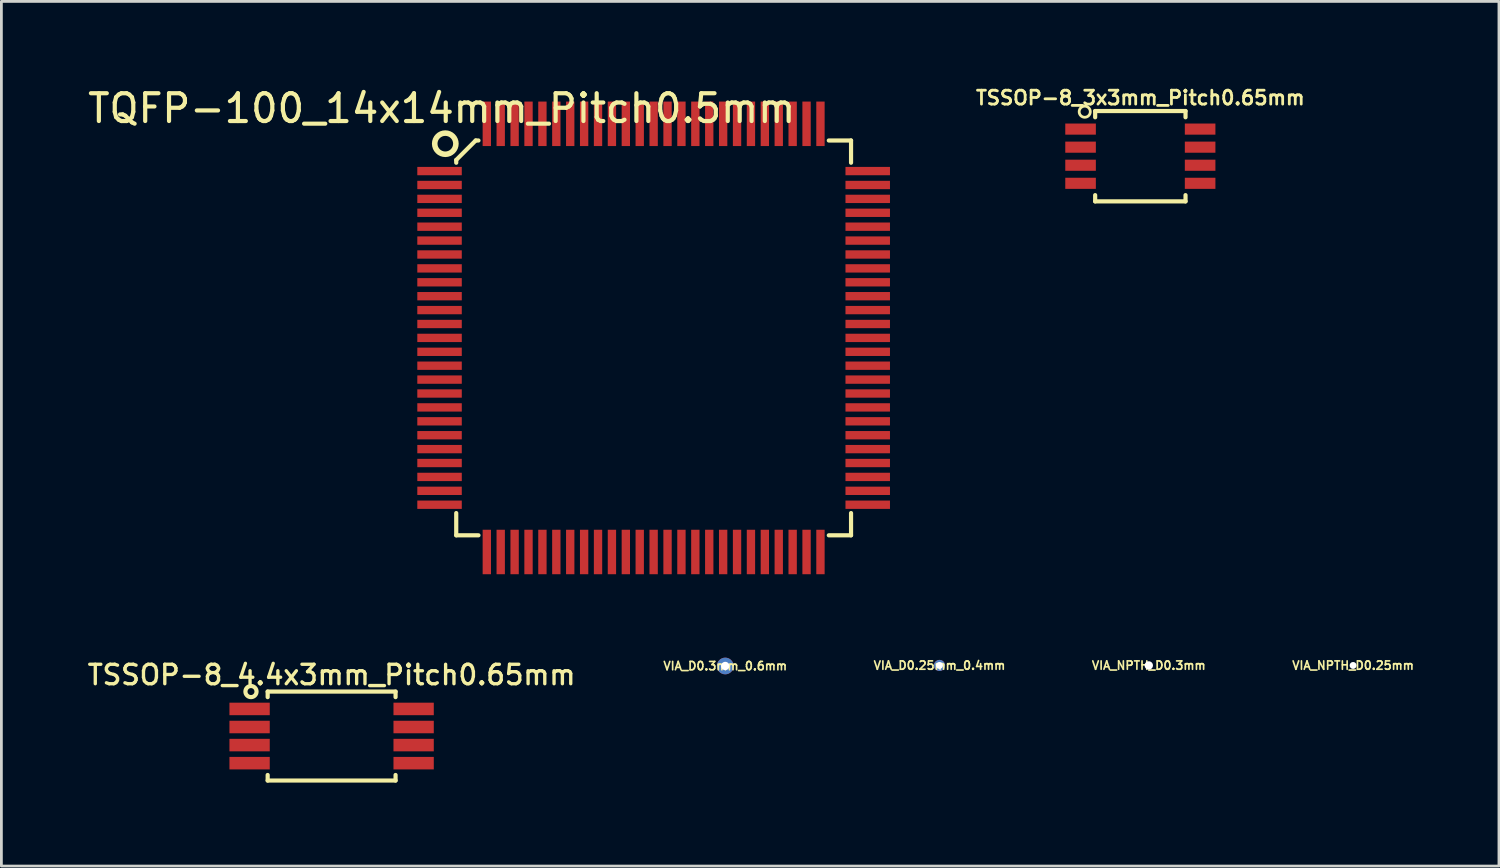
<source format=kicad_pcb>
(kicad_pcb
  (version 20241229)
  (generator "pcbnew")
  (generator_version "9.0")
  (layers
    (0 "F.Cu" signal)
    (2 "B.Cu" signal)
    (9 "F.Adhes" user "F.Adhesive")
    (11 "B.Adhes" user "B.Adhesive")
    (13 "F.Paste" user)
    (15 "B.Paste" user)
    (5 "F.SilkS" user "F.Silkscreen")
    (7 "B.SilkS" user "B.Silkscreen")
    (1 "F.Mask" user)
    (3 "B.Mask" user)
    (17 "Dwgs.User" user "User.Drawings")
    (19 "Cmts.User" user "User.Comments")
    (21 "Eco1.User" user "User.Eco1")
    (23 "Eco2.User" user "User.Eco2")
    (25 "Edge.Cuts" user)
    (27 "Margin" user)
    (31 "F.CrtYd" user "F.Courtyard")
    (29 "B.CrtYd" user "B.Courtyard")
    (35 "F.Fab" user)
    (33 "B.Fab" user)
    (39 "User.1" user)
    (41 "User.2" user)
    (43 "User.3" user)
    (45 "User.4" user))
  (footprint "VIA_D0.25mm_0.4mm"
    (layer "F.Cu")
    (at 30.74 20.884)
    (property "Reference" "VIA_D0.25mm_0.4mm" (at 0 0 0) (layer "F.SilkS") (effects (font (size 0.3 0.3) (thickness 0.06))))
    (attr through_hole)
    (pad "" thru_hole circle (at 0 0) (size 0.4 0.4) (drill 0.25) (layers "*.Cu")))
  (footprint "TSSOP-8_3x3mm_Pitch0.65mm"
    (layer "F.Cu")
    (at 37.964 2.568)
    (property "Reference" "TSSOP-8_3x3mm_Pitch0.65mm" (at 0 -2.1 0) (layer "F.SilkS") (effects (font (size 0.5 0.5) (thickness 0.1))))
    (attr smd)
    (fp_line (start -1.625 -1.625) (end -1.625 -1.4) (stroke (width 0.15) (type solid)) (layer "F.SilkS"))
    (fp_line (start -1.625 -1.625) (end 1.625 -1.625) (stroke (width 0.15) (type solid)) (layer "F.SilkS"))
    (fp_line (start -1.625 1.625) (end -1.625 1.4) (stroke (width 0.15) (type solid)) (layer "F.SilkS"))
    (fp_line (start -1.625 1.625) (end 1.625 1.625) (stroke (width 0.15) (type solid)) (layer "F.SilkS"))
    (fp_line (start 1.625 -1.625) (end 1.625 -1.4) (stroke (width 0.15) (type solid)) (layer "F.SilkS"))
    (fp_line (start 1.625 1.625) (end 1.625 1.4) (stroke (width 0.15) (type solid)) (layer "F.SilkS"))
    (fp_circle (center -2 -1.6) (end -1.8 -1.6) (stroke (width 0.1) (type solid)) (fill no) (layer "F.SilkS"))
    (pad "1" smd rect (at -2.15 -0.975) (size 1.1 0.4) (layers "F.Cu" "F.Mask" "F.Paste"))
    (pad "2" smd rect (at -2.15 -0.325) (size 1.1 0.4) (layers "F.Cu" "F.Mask" "F.Paste"))
    (pad "3" smd rect (at -2.15 0.325) (size 1.1 0.4) (layers "F.Cu" "F.Mask" "F.Paste"))
    (pad "4" smd rect (at -2.15 0.975) (size 1.1 0.4) (layers "F.Cu" "F.Mask" "F.Paste"))
    (pad "5" smd rect (at 2.15 0.975) (size 1.1 0.4) (layers "F.Cu" "F.Mask" "F.Paste"))
    (pad "6" smd rect (at 2.15 0.325) (size 1.1 0.4) (layers "F.Cu" "F.Mask" "F.Paste"))
    (pad "7" smd rect (at 2.15 -0.325) (size 1.1 0.4) (layers "F.Cu" "F.Mask" "F.Paste"))
    (pad "8" smd rect (at 2.15 -0.975) (size 1.1 0.4) (layers "F.Cu" "F.Mask" "F.Paste")))
  (footprint "VIA_D0.3mm_0.6mm"
    (layer "F.Cu")
    (at 23.035 20.903)
    (property "Reference" "VIA_D0.3mm_0.6mm" (at 0 0 0) (layer "F.SilkS") (effects (font (size 0.3 0.3) (thickness 0.06))))
    (attr through_hole)
    (pad "" thru_hole circle (at 0 0) (size 0.6 0.6) (drill 0.3) (layers "*.Cu")))
  (footprint "VIA_NPTH_D0.3mm"
    (layer "F.Cu")
    (at 38.268 20.884)
    (property "Reference" "VIA_NPTH_D0.3mm" (at 0 0 0) (layer "F.SilkS") (effects (font (size 0.3 0.3) (thickness 0.06))))
    (attr through_hole)
    (pad "" np_thru_hole circle (at 0 0) (size 0.3 0.3) (drill 0.3) (layers "*.Cu")))
  (footprint "TQFP-100_14x14mm_Pitch0.5mm"
    (layer "F.Cu")
    (at 20.459 9.103)
    (property "Reference" "TQFP-100_14x14mm_Pitch0.5mm" (at -7.62 -8.255 0) (layer "F.SilkS") (effects (font (size 1 1) (thickness 0.15))))
    (attr smd)
    (fp_line (start -7.1 -6.4) (end -6.4 -7.1) (stroke (width 0.15) (type solid)) (layer "F.SilkS"))
    (fp_line (start -7.1 -6.3) (end -7.1 -6.4) (stroke (width 0.15) (type solid)) (layer "F.SilkS"))
    (fp_line (start -7.1 6.3) (end -7.1 7.1) (stroke (width 0.15) (type solid)) (layer "F.SilkS"))
    (fp_line (start -7.1 7.1) (end -6.3 7.1) (stroke (width 0.15) (type solid)) (layer "F.SilkS"))
    (fp_line (start -6.4 -7.1) (end -6.3 -7.1) (stroke (width 0.15) (type solid)) (layer "F.SilkS"))
    (fp_line (start 6.3 -7.1) (end 7.1 -7.1) (stroke (width 0.15) (type solid)) (layer "F.SilkS"))
    (fp_line (start 6.3 7.1) (end 7.1 7.1) (stroke (width 0.15) (type solid)) (layer "F.SilkS"))
    (fp_line (start 7.1 -7.1) (end 7.1 -6.3) (stroke (width 0.15) (type solid)) (layer "F.SilkS"))
    (fp_line (start 7.1 7.1) (end 7.1 6.3) (stroke (width 0.15) (type solid)) (layer "F.SilkS"))
    (fp_circle (center -7.493 -6.985) (end -7.874 -6.985) (stroke (width 0.2) (type solid)) (fill no) (layer "F.SilkS"))
    (pad "1" smd rect (at -7.7 -6) (size 1.6 0.3) (layers "F.Cu" "F.Mask" "F.Paste"))
    (pad "2" smd rect (at -7.7 -5.5) (size 1.6 0.3) (layers "F.Cu" "F.Mask" "F.Paste"))
    (pad "3" smd rect (at -7.7 -5) (size 1.6 0.3) (layers "F.Cu" "F.Mask" "F.Paste"))
    (pad "4" smd rect (at -7.7 -4.5) (size 1.6 0.3) (layers "F.Cu" "F.Mask" "F.Paste"))
    (pad "5" smd rect (at -7.7 -4) (size 1.6 0.3) (layers "F.Cu" "F.Mask" "F.Paste"))
    (pad "6" smd rect (at -7.7 -3.5) (size 1.6 0.3) (layers "F.Cu" "F.Mask" "F.Paste"))
    (pad "7" smd rect (at -7.7 -3) (size 1.6 0.3) (layers "F.Cu" "F.Mask" "F.Paste"))
    (pad "8" smd rect (at -7.7 -2.5) (size 1.6 0.3) (layers "F.Cu" "F.Mask" "F.Paste"))
    (pad "9" smd rect (at -7.7 -2) (size 1.6 0.3) (layers "F.Cu" "F.Mask" "F.Paste"))
    (pad "10" smd rect (at -7.7 -1.5) (size 1.6 0.3) (layers "F.Cu" "F.Mask" "F.Paste"))
    (pad "11" smd rect (at -7.7 -1) (size 1.6 0.3) (layers "F.Cu" "F.Mask" "F.Paste"))
    (pad "12" smd rect (at -7.7 -0.5) (size 1.6 0.3) (layers "F.Cu" "F.Mask" "F.Paste"))
    (pad "13" smd rect (at -7.7 0) (size 1.6 0.3) (layers "F.Cu" "F.Mask" "F.Paste"))
    (pad "14" smd rect (at -7.7 0.5) (size 1.6 0.3) (layers "F.Cu" "F.Mask" "F.Paste"))
    (pad "15" smd rect (at -7.7 1) (size 1.6 0.3) (layers "F.Cu" "F.Mask" "F.Paste"))
    (pad "16" smd rect (at -7.7 1.5) (size 1.6 0.3) (layers "F.Cu" "F.Mask" "F.Paste"))
    (pad "17" smd rect (at -7.7 2) (size 1.6 0.3) (layers "F.Cu" "F.Mask" "F.Paste"))
    (pad "18" smd rect (at -7.7 2.5) (size 1.6 0.3) (layers "F.Cu" "F.Mask" "F.Paste"))
    (pad "19" smd rect (at -7.7 3) (size 1.6 0.3) (layers "F.Cu" "F.Mask" "F.Paste"))
    (pad "20" smd rect (at -7.7 3.5) (size 1.6 0.3) (layers "F.Cu" "F.Mask" "F.Paste"))
    (pad "21" smd rect (at -7.7 4) (size 1.6 0.3) (layers "F.Cu" "F.Mask" "F.Paste"))
    (pad "22" smd rect (at -7.7 4.5) (size 1.6 0.3) (layers "F.Cu" "F.Mask" "F.Paste"))
    (pad "23" smd rect (at -7.7 5) (size 1.6 0.3) (layers "F.Cu" "F.Mask" "F.Paste"))
    (pad "24" smd rect (at -7.7 5.5) (size 1.6 0.3) (layers "F.Cu" "F.Mask" "F.Paste"))
    (pad "25" smd rect (at -7.7 6) (size 1.6 0.3) (layers "F.Cu" "F.Mask" "F.Paste"))
    (pad "26" smd rect (at -6 7.7 90) (size 1.6 0.3) (layers "F.Cu" "F.Mask" "F.Paste"))
    (pad "27" smd rect (at -5.5 7.7 90) (size 1.6 0.3) (layers "F.Cu" "F.Mask" "F.Paste"))
    (pad "28" smd rect (at -5 7.7 90) (size 1.6 0.3) (layers "F.Cu" "F.Mask" "F.Paste"))
    (pad "29" smd rect (at -4.5 7.7 90) (size 1.6 0.3) (layers "F.Cu" "F.Mask" "F.Paste"))
    (pad "30" smd rect (at -4 7.7 90) (size 1.6 0.3) (layers "F.Cu" "F.Mask" "F.Paste"))
    (pad "31" smd rect (at -3.5 7.7 90) (size 1.6 0.3) (layers "F.Cu" "F.Mask" "F.Paste"))
    (pad "32" smd rect (at -3 7.7 90) (size 1.6 0.3) (layers "F.Cu" "F.Mask" "F.Paste"))
    (pad "33" smd rect (at -2.5 7.7 90) (size 1.6 0.3) (layers "F.Cu" "F.Mask" "F.Paste"))
    (pad "34" smd rect (at -2 7.7 90) (size 1.6 0.3) (layers "F.Cu" "F.Mask" "F.Paste"))
    (pad "35" smd rect (at -1.5 7.7 90) (size 1.6 0.3) (layers "F.Cu" "F.Mask" "F.Paste"))
    (pad "36" smd rect (at -1 7.7 90) (size 1.6 0.3) (layers "F.Cu" "F.Mask" "F.Paste"))
    (pad "37" smd rect (at -0.5 7.7 90) (size 1.6 0.3) (layers "F.Cu" "F.Mask" "F.Paste"))
    (pad "38" smd rect (at 0 7.7 90) (size 1.6 0.3) (layers "F.Cu" "F.Mask" "F.Paste"))
    (pad "39" smd rect (at 0.5 7.7 90) (size 1.6 0.3) (layers "F.Cu" "F.Mask" "F.Paste"))
    (pad "40" smd rect (at 1 7.7 90) (size 1.6 0.3) (layers "F.Cu" "F.Mask" "F.Paste"))
    (pad "41" smd rect (at 1.5 7.7 90) (size 1.6 0.3) (layers "F.Cu" "F.Mask" "F.Paste"))
    (pad "42" smd rect (at 2 7.7 90) (size 1.6 0.3) (layers "F.Cu" "F.Mask" "F.Paste"))
    (pad "43" smd rect (at 2.5 7.7 90) (size 1.6 0.3) (layers "F.Cu" "F.Mask" "F.Paste"))
    (pad "44" smd rect (at 3 7.7 90) (size 1.6 0.3) (layers "F.Cu" "F.Mask" "F.Paste"))
    (pad "45" smd rect (at 3.5 7.7 90) (size 1.6 0.3) (layers "F.Cu" "F.Mask" "F.Paste"))
    (pad "46" smd rect (at 4 7.7 90) (size 1.6 0.3) (layers "F.Cu" "F.Mask" "F.Paste"))
    (pad "47" smd rect (at 4.5 7.7 90) (size 1.6 0.3) (layers "F.Cu" "F.Mask" "F.Paste"))
    (pad "48" smd rect (at 5 7.7 90) (size 1.6 0.3) (layers "F.Cu" "F.Mask" "F.Paste"))
    (pad "49" smd rect (at 5.5 7.7 90) (size 1.6 0.3) (layers "F.Cu" "F.Mask" "F.Paste"))
    (pad "50" smd rect (at 6 7.7 90) (size 1.6 0.3) (layers "F.Cu" "F.Mask" "F.Paste"))
    (pad "51" smd rect (at 7.7 6) (size 1.6 0.3) (layers "F.Cu" "F.Mask" "F.Paste"))
    (pad "52" smd rect (at 7.7 5.5) (size 1.6 0.3) (layers "F.Cu" "F.Mask" "F.Paste"))
    (pad "53" smd rect (at 7.7 5) (size 1.6 0.3) (layers "F.Cu" "F.Mask" "F.Paste"))
    (pad "54" smd rect (at 7.7 4.5) (size 1.6 0.3) (layers "F.Cu" "F.Mask" "F.Paste"))
    (pad "55" smd rect (at 7.7 4) (size 1.6 0.3) (layers "F.Cu" "F.Mask" "F.Paste"))
    (pad "56" smd rect (at 7.7 3.5) (size 1.6 0.3) (layers "F.Cu" "F.Mask" "F.Paste"))
    (pad "57" smd rect (at 7.7 3) (size 1.6 0.3) (layers "F.Cu" "F.Mask" "F.Paste"))
    (pad "58" smd rect (at 7.7 2.5) (size 1.6 0.3) (layers "F.Cu" "F.Mask" "F.Paste"))
    (pad "59" smd rect (at 7.7 2) (size 1.6 0.3) (layers "F.Cu" "F.Mask" "F.Paste"))
    (pad "60" smd rect (at 7.7 1.5) (size 1.6 0.3) (layers "F.Cu" "F.Mask" "F.Paste"))
    (pad "61" smd rect (at 7.7 1) (size 1.6 0.3) (layers "F.Cu" "F.Mask" "F.Paste"))
    (pad "62" smd rect (at 7.7 0.5) (size 1.6 0.3) (layers "F.Cu" "F.Mask" "F.Paste"))
    (pad "63" smd rect (at 7.7 0) (size 1.6 0.3) (layers "F.Cu" "F.Mask" "F.Paste"))
    (pad "64" smd rect (at 7.7 -0.5) (size 1.6 0.3) (layers "F.Cu" "F.Mask" "F.Paste"))
    (pad "65" smd rect (at 7.7 -1) (size 1.6 0.3) (layers "F.Cu" "F.Mask" "F.Paste"))
    (pad "66" smd rect (at 7.7 -1.5) (size 1.6 0.3) (layers "F.Cu" "F.Mask" "F.Paste"))
    (pad "67" smd rect (at 7.7 -2) (size 1.6 0.3) (layers "F.Cu" "F.Mask" "F.Paste"))
    (pad "68" smd rect (at 7.7 -2.5) (size 1.6 0.3) (layers "F.Cu" "F.Mask" "F.Paste"))
    (pad "69" smd rect (at 7.7 -3) (size 1.6 0.3) (layers "F.Cu" "F.Mask" "F.Paste"))
    (pad "70" smd rect (at 7.7 -3.5) (size 1.6 0.3) (layers "F.Cu" "F.Mask" "F.Paste"))
    (pad "71" smd rect (at 7.7 -4) (size 1.6 0.3) (layers "F.Cu" "F.Mask" "F.Paste"))
    (pad "72" smd rect (at 7.7 -4.5) (size 1.6 0.3) (layers "F.Cu" "F.Mask" "F.Paste"))
    (pad "73" smd rect (at 7.7 -5) (size 1.6 0.3) (layers "F.Cu" "F.Mask" "F.Paste"))
    (pad "74" smd rect (at 7.7 -5.5) (size 1.6 0.3) (layers "F.Cu" "F.Mask" "F.Paste"))
    (pad "75" smd rect (at 7.7 -6) (size 1.6 0.3) (layers "F.Cu" "F.Mask" "F.Paste"))
    (pad "76" smd rect (at 6 -7.7 90) (size 1.6 0.3) (layers "F.Cu" "F.Mask" "F.Paste"))
    (pad "77" smd rect (at 5.5 -7.7 90) (size 1.6 0.3) (layers "F.Cu" "F.Mask" "F.Paste"))
    (pad "78" smd rect (at 5 -7.7 90) (size 1.6 0.3) (layers "F.Cu" "F.Mask" "F.Paste"))
    (pad "79" smd rect (at 4.5 -7.7 90) (size 1.6 0.3) (layers "F.Cu" "F.Mask" "F.Paste"))
    (pad "80" smd rect (at 4 -7.7 90) (size 1.6 0.3) (layers "F.Cu" "F.Mask" "F.Paste"))
    (pad "81" smd rect (at 3.5 -7.7 90) (size 1.6 0.3) (layers "F.Cu" "F.Mask" "F.Paste"))
    (pad "82" smd rect (at 3 -7.7 90) (size 1.6 0.3) (layers "F.Cu" "F.Mask" "F.Paste"))
    (pad "83" smd rect (at 2.5 -7.7 90) (size 1.6 0.3) (layers "F.Cu" "F.Mask" "F.Paste"))
    (pad "84" smd rect (at 2 -7.7 90) (size 1.6 0.3) (layers "F.Cu" "F.Mask" "F.Paste"))
    (pad "85" smd rect (at 1.5 -7.7 90) (size 1.6 0.3) (layers "F.Cu" "F.Mask" "F.Paste"))
    (pad "86" smd rect (at 1 -7.7 90) (size 1.6 0.3) (layers "F.Cu" "F.Mask" "F.Paste"))
    (pad "87" smd rect (at 0.5 -7.7 90) (size 1.6 0.3) (layers "F.Cu" "F.Mask" "F.Paste"))
    (pad "88" smd rect (at 0 -7.7 90) (size 1.6 0.3) (layers "F.Cu" "F.Mask" "F.Paste"))
    (pad "89" smd rect (at -0.5 -7.7 90) (size 1.6 0.3) (layers "F.Cu" "F.Mask" "F.Paste"))
    (pad "90" smd rect (at -1 -7.7 90) (size 1.6 0.3) (layers "F.Cu" "F.Mask" "F.Paste"))
    (pad "91" smd rect (at -1.5 -7.7 90) (size 1.6 0.3) (layers "F.Cu" "F.Mask" "F.Paste"))
    (pad "92" smd rect (at -2 -7.7 90) (size 1.6 0.3) (layers "F.Cu" "F.Mask" "F.Paste"))
    (pad "93" smd rect (at -2.5 -7.7 90) (size 1.6 0.3) (layers "F.Cu" "F.Mask" "F.Paste"))
    (pad "94" smd rect (at -3 -7.7 90) (size 1.6 0.3) (layers "F.Cu" "F.Mask" "F.Paste"))
    (pad "95" smd rect (at -3.5 -7.7 90) (size 1.6 0.3) (layers "F.Cu" "F.Mask" "F.Paste"))
    (pad "96" smd rect (at -4 -7.7 90) (size 1.6 0.3) (layers "F.Cu" "F.Mask" "F.Paste"))
    (pad "97" smd rect (at -4.5 -7.7 90) (size 1.6 0.3) (layers "F.Cu" "F.Mask" "F.Paste"))
    (pad "98" smd rect (at -5 -7.7 90) (size 1.6 0.3) (layers "F.Cu" "F.Mask" "F.Paste"))
    (pad "99" smd rect (at -5.5 -7.7 90) (size 1.6 0.3) (layers "F.Cu" "F.Mask" "F.Paste"))
    (pad "100" smd rect (at -6 -7.7 90) (size 1.6 0.3) (layers "F.Cu" "F.Mask" "F.Paste")))
  (footprint "TSSOP-8_4.4x3mm_Pitch0.65mm"
    (layer "F.Cu")
    (at 8.877 23.423)
    (property "Reference" "TSSOP-8_4.4x3mm_Pitch0.65mm" (at 0 -2.2 0) (layer "F.SilkS") (effects (font (size 0.7 0.7) (thickness 0.12))))
    (attr smd)
    (fp_line (start -2.3 -1.6) (end -2.3 -1.4) (stroke (width 0.15) (type solid)) (layer "F.SilkS"))
    (fp_line (start -2.3 -1.6) (end 2.3 -1.6) (stroke (width 0.15) (type solid)) (layer "F.SilkS"))
    (fp_line (start -2.3 1.4) (end -2.3 1.6) (stroke (width 0.15) (type solid)) (layer "F.SilkS"))
    (fp_line (start -2.3 1.6) (end 2.3 1.6) (stroke (width 0.15) (type solid)) (layer "F.SilkS"))
    (fp_line (start 2.3 -1.6) (end 2.3 -1.4) (stroke (width 0.15) (type solid)) (layer "F.SilkS"))
    (fp_line (start 2.3 1.4) (end 2.3 1.6) (stroke (width 0.15) (type solid)) (layer "F.SilkS"))
    (fp_circle (center -2.9 -1.6) (end -2.9 -1.4) (stroke (width 0.15) (type solid)) (fill no) (layer "F.SilkS"))
    (pad "1" smd rect (at -2.95 -0.975) (size 1.45 0.45) (layers "F.Cu" "F.Mask" "F.Paste"))
    (pad "2" smd rect (at -2.95 -0.325) (size 1.45 0.45) (layers "F.Cu" "F.Mask" "F.Paste"))
    (pad "3" smd rect (at -2.95 0.325) (size 1.45 0.45) (layers "F.Cu" "F.Mask" "F.Paste"))
    (pad "4" smd rect (at -2.95 0.975) (size 1.45 0.45) (layers "F.Cu" "F.Mask" "F.Paste"))
    (pad "5" smd rect (at 2.95 0.975) (size 1.45 0.45) (layers "F.Cu" "F.Mask" "F.Paste"))
    (pad "6" smd rect (at 2.95 0.325) (size 1.45 0.45) (layers "F.Cu" "F.Mask" "F.Paste"))
    (pad "7" smd rect (at 2.95 -0.325) (size 1.45 0.45) (layers "F.Cu" "F.Mask" "F.Paste"))
    (pad "8" smd rect (at 2.95 -0.975) (size 1.45 0.45) (layers "F.Cu" "F.Mask" "F.Paste")))
  (footprint "VIA_NPTH_D0.25mm"
    (layer "F.Cu")
    (at 45.616 20.884)
    (property "Reference" "VIA_NPTH_D0.25mm" (at 0 0 0) (layer "F.SilkS") (effects (font (size 0.3 0.3) (thickness 0.06))))
    (attr through_hole)
    (pad "" np_thru_hole circle (at 0 0) (size 0.25 0.25) (drill 0.25) (layers "*.Cu")))
  (gr_rect
    (start -3 -3)
    (end 50.862 28.098)
    (stroke (width 0.1) (type default))
    (fill no)
    (layer "Edge.Cuts")))
</source>
